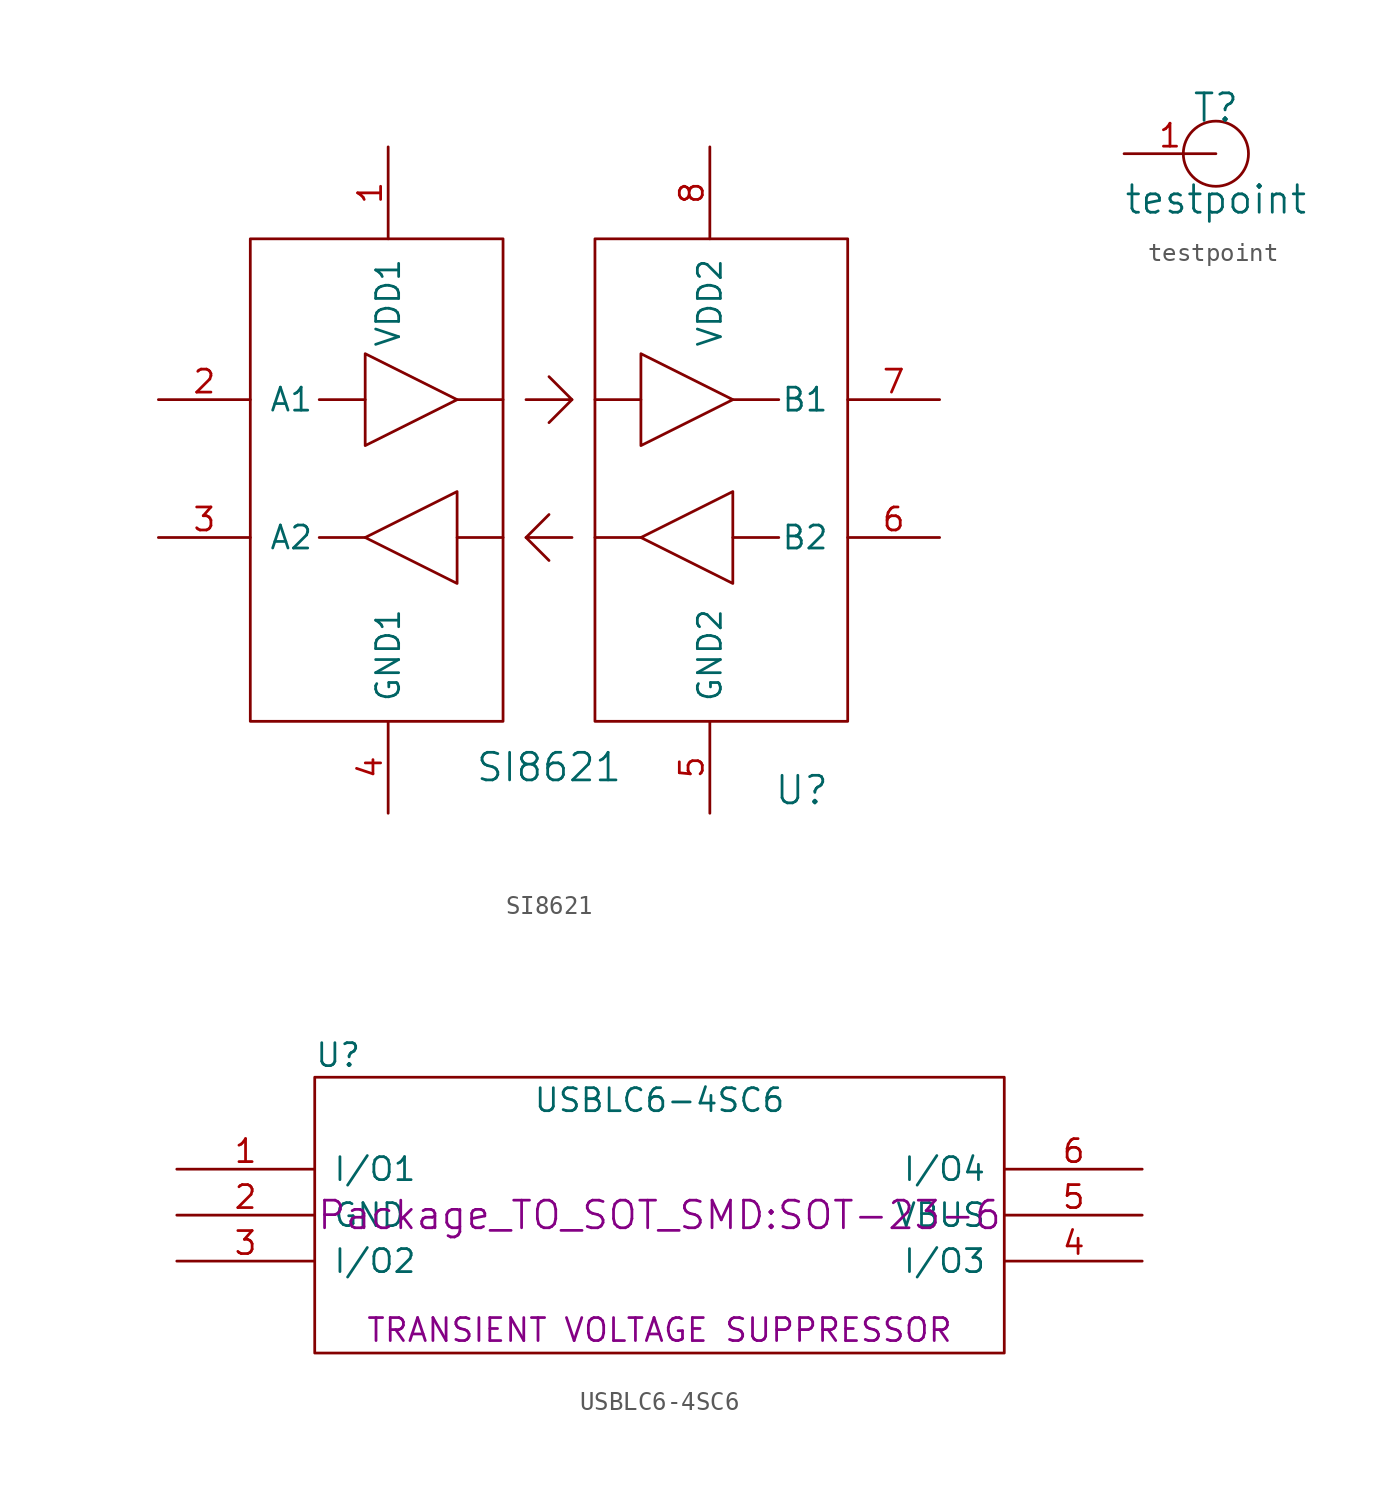
<source format=kicad_sym>
(kicad_symbol_lib
  (version 20211014)
  (generator kicad_symbol_editor)
  (symbol "SI8621"
    (pin_names
      (offset 1.016))
    (property "Reference" "U"
      (at 13.97 -17.78 0)
      (effects (font (size 1.524 1.524))))
    (property "Value" "SI8621"
      (at 0 -16.51 0)
      (effects (font (size 1.524 1.524))))
    (property "Footprint" ""
      (at 0 0 0)
      (effects (font (size 1.524 1.524))))
    (property "Datasheet" ""
      (at 0 0 0)
      (effects (font (size 1.524 1.524))))
    (symbol "SI8621_0_1"
      (rectangle (start -16.51 12.7) (end -2.54 -13.97) (stroke (width 0) (type default) (color 0 0 0 0)) (fill (type none)))
      (polyline (pts (xy -10.16 -3.81) (xy -12.7 -3.81)) (stroke (width 0) (type default) (color 0 0 0 0)) (fill (type none)))
      (polyline (pts (xy -10.16 3.81) (xy -12.7 3.81)) (stroke (width 0) (type default) (color 0 0 0 0)) (fill (type none)))
      (polyline (pts (xy -5.08 -3.81) (xy -2.54 -3.81)) (stroke (width 0) (type default) (color 0 0 0 0)) (fill (type none)))
      (polyline (pts (xy -5.08 3.81) (xy -2.54 3.81)) (stroke (width 0) (type default) (color 0 0 0 0)) (fill (type none)))
      (polyline (pts (xy -1.27 -3.81) (xy 0 -5.08)) (stroke (width 0) (type default) (color 0 0 0 0)) (fill (type none)))
      (polyline (pts (xy 1.27 3.81) (xy 0 2.54)) (stroke (width 0) (type default) (color 0 0 0 0)) (fill (type none)))
      (polyline (pts (xy 2.54 -3.81) (xy 5.08 -3.81)) (stroke (width 0) (type default) (color 0 0 0 0)) (fill (type none)))
      (polyline (pts (xy 2.54 3.81) (xy 5.08 3.81)) (stroke (width 0) (type default) (color 0 0 0 0)) (fill (type none)))
      (polyline (pts (xy 10.16 -3.81) (xy 12.7 -3.81)) (stroke (width 0) (type default) (color 0 0 0 0)) (fill (type none)))
      (polyline (pts (xy 10.16 3.81) (xy 12.7 3.81)) (stroke (width 0) (type default) (color 0 0 0 0)) (fill (type none)))
      (polyline (pts (xy -1.27 3.81) (xy 1.27 3.81) (xy 0 5.08)) (stroke (width 0) (type default) (color 0 0 0 0)) (fill (type none)))
      (polyline (pts (xy 1.27 -3.81) (xy -1.27 -3.81) (xy 0 -2.54)) (stroke (width 0) (type default) (color 0 0 0 0)) (fill (type none)))
      (polyline (pts (xy -10.16 6.35) (xy -5.08 3.81) (xy -10.16 1.27) (xy -10.16 6.35)) (stroke (width 0) (type default) (color 0 0 0 0)) (fill (type none)))
      (polyline (pts (xy -5.08 -1.27) (xy -10.16 -3.81) (xy -5.08 -6.35) (xy -5.08 -1.27)) (stroke (width 0) (type default) (color 0 0 0 0)) (fill (type none)))
      (polyline (pts (xy 5.08 6.35) (xy 10.16 3.81) (xy 5.08 1.27) (xy 5.08 6.35)) (stroke (width 0) (type default) (color 0 0 0 0)) (fill (type none)))
      (polyline (pts (xy 10.16 -1.27) (xy 5.08 -3.81) (xy 10.16 -6.35) (xy 10.16 -1.27)) (stroke (width 0) (type default) (color 0 0 0 0)) (fill (type none)))
      (rectangle (start 2.54 12.7) (end 16.51 -13.97) (stroke (width 0) (type default) (color 0 0 0 0)) (fill (type none))))
    (symbol "SI8621_1_1"
      (pin power_in line (at -8.89 17.78 270) (length 5.08) (name "VDD1" (effects (font (size 1.27 1.27)))) (number "1" (effects (font (size 1.27 1.27)))))
      (pin input line (at -21.59 3.81 0) (length 5.08) (name "A1" (effects (font (size 1.27 1.27)))) (number "2" (effects (font (size 1.27 1.27)))))
      (pin output line (at -21.59 -3.81 0) (length 5.08) (name "A2" (effects (font (size 1.27 1.27)))) (number "3" (effects (font (size 1.27 1.27)))))
      (pin power_in line (at -8.89 -19.05 90) (length 5.08) (name "GND1" (effects (font (size 1.27 1.27)))) (number "4" (effects (font (size 1.27 1.27)))))
      (pin power_in line (at 8.89 -19.05 90) (length 5.08) (name "GND2" (effects (font (size 1.27 1.27)))) (number "5" (effects (font (size 1.27 1.27)))))
      (pin input line (at 21.59 -3.81 180) (length 5.08) (name "B2" (effects (font (size 1.27 1.27)))) (number "6" (effects (font (size 1.27 1.27)))))
      (pin output line (at 21.59 3.81 180) (length 5.08) (name "B1" (effects (font (size 1.27 1.27)))) (number "7" (effects (font (size 1.27 1.27)))))
      (pin power_in line (at 8.89 17.78 270) (length 5.08) (name "VDD2" (effects (font (size 1.27 1.27)))) (number "8" (effects (font (size 1.27 1.27)))))))
  (symbol "testpoint"
    (pin_names
      (offset 1.016))
    (property "Reference" "T"
      (at 0 2.54 0)
      (effects (font (size 1.524 1.524))))
    (property "Value" "testpoint"
      (at 0 -2.54 0)
      (effects (font (size 1.524 1.524))))
    (property "Footprint" ""
      (at 0 0 0)
      (effects (font (size 1.524 1.524))))
    (property "Datasheet" ""
      (at 0 0 0)
      (effects (font (size 1.524 1.524))))
    (symbol "testpoint_0_1"
      (circle (center 0 0) (radius 1.803) (stroke (width 0) (type default) (color 0 0 0 0)) (fill (type none))))
    (symbol "testpoint_1_1"
      (pin bidirectional line (at -5.08 0 0) (length 5.08) (name "~" (effects (font (size 1.27 1.27)))) (number "1" (effects (font (size 1.27 1.27)))))))
  (symbol "USBLC6-4SC6"
    (pin_names
      (offset 1.016))
    (property "Reference" "U"
      (at -17.755 8.839 0)
      (effects (font (size 1.27 1.27))))
    (property "Value" "USBLC6-4SC6"
      (at 0 6.35 0)
      (effects (font (size 1.27 1.27))))
    (property "Footprint" "Package_TO_SOT_SMD:SOT-23-6"
      (at 0 0 0)
      (effects (font (size 1.524 1.524))))
    (property "Datasheet" ""
      (at 0 0 0)
      (effects (font (size 1.524 1.524))))
    (property "Description" "TRANSIENT VOLTAGE SUPPRESSOR"
      (at 0 -6.35 0)
      (effects (font (size 1.27 1.27))))
    (symbol "USBLC6-4SC6_0_0"
      (rectangle (start -19.05 -7.62) (end 19.05 7.62) (stroke (width 0) (type default) (color 0 0 0 0)) (fill (type none))))
    (symbol "USBLC6-4SC6_1_1"
      (pin unspecified line (at -26.67 2.54 0) (length 7.595) (name "I/O1" (effects (font (size 1.27 1.27)))) (number "1" (effects (font (size 1.27 1.27)))))
      (pin unspecified line (at -26.67 0 0) (length 7.595) (name "GND" (effects (font (size 1.27 1.27)))) (number "2" (effects (font (size 1.27 1.27)))))
      (pin unspecified line (at -26.67 -2.54 0) (length 7.595) (name "I/O2" (effects (font (size 1.27 1.27)))) (number "3" (effects (font (size 1.27 1.27)))))
      (pin unspecified line (at 26.67 -2.54 180) (length 7.569) (name "I/O3" (effects (font (size 1.27 1.27)))) (number "4" (effects (font (size 1.27 1.27)))))
      (pin unspecified line (at 26.67 0 180) (length 7.569) (name "VBUS" (effects (font (size 1.27 1.27)))) (number "5" (effects (font (size 1.27 1.27)))))
      (pin unspecified line (at 26.67 2.54 180) (length 7.569) (name "I/O4" (effects (font (size 1.27 1.27)))) (number "6" (effects (font (size 1.27 1.27))))))))
</source>
